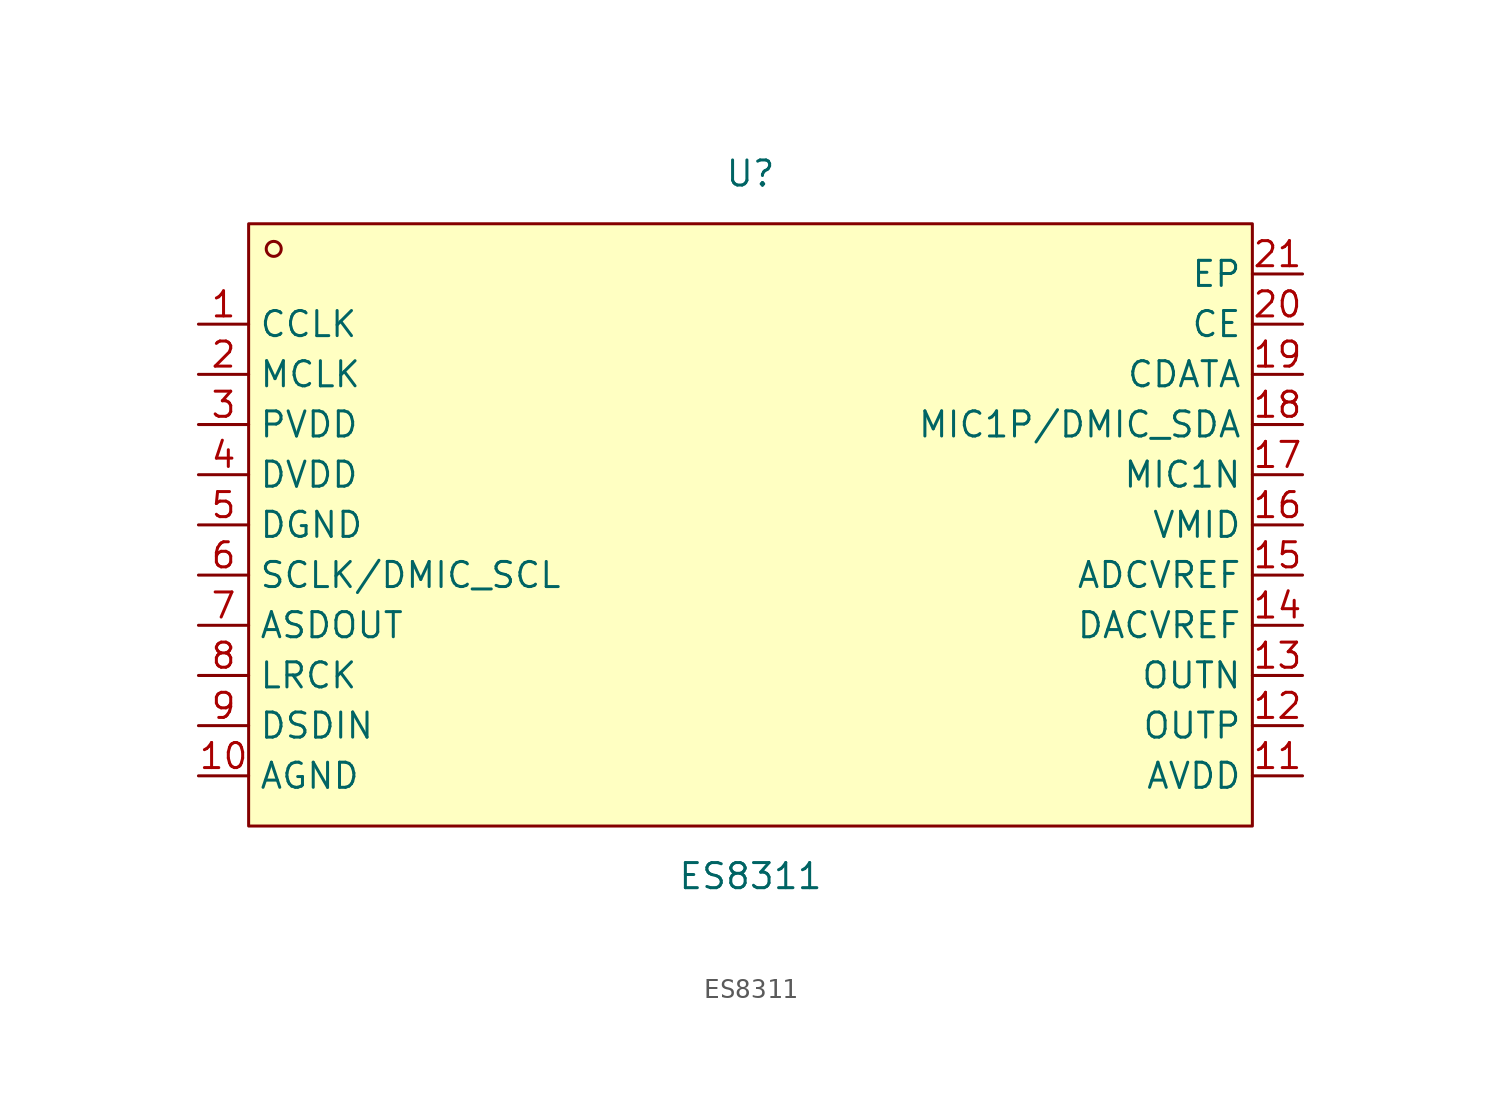
<source format=kicad_sym>
(kicad_symbol_lib
  (version 20211014)
  (generator https://github.com/uPesy/easyeda2kicad.py)
  (symbol "ES8311"
    (property "Reference" "U"
      (at 0 17.78 0)
      (effects (font (size 1.27 1.27))))
    (property "Value" "ES8311"
      (at 0 -17.78 0)
      (effects (font (size 1.27 1.27))))
    (symbol "ES8311_0_1"
      (rectangle (start -25.40 15.24) (end 25.40 -15.24) (stroke (width 0) (type default) (color 0 0 0 0)) (fill (type background)))
      (circle (center -24.13 13.97) (radius 0.38) (stroke (width 0) (type default) (color 0 0 0 0)) (fill (type none)))
      (pin unspecified line (at -27.94 10.16 0) (length 2.54) (name "CCLK" (effects (font (size 1.27 1.27)))) (number "1" (effects (font (size 1.27 1.27)))))
      (pin unspecified line (at -27.94 7.62 0) (length 2.54) (name "MCLK" (effects (font (size 1.27 1.27)))) (number "2" (effects (font (size 1.27 1.27)))))
      (pin unspecified line (at -27.94 5.08 0) (length 2.54) (name "PVDD" (effects (font (size 1.27 1.27)))) (number "3" (effects (font (size 1.27 1.27)))))
      (pin unspecified line (at -27.94 2.54 0) (length 2.54) (name "DVDD" (effects (font (size 1.27 1.27)))) (number "4" (effects (font (size 1.27 1.27)))))
      (pin unspecified line (at -27.94 -0.00 0) (length 2.54) (name "DGND" (effects (font (size 1.27 1.27)))) (number "5" (effects (font (size 1.27 1.27)))))
      (pin unspecified line (at -27.94 -2.54 0) (length 2.54) (name "SCLK/DMIC_SCL" (effects (font (size 1.27 1.27)))) (number "6" (effects (font (size 1.27 1.27)))))
      (pin unspecified line (at -27.94 -5.08 0) (length 2.54) (name "ASDOUT" (effects (font (size 1.27 1.27)))) (number "7" (effects (font (size 1.27 1.27)))))
      (pin unspecified line (at -27.94 -7.62 0) (length 2.54) (name "LRCK" (effects (font (size 1.27 1.27)))) (number "8" (effects (font (size 1.27 1.27)))))
      (pin unspecified line (at -27.94 -10.16 0) (length 2.54) (name "DSDIN" (effects (font (size 1.27 1.27)))) (number "9" (effects (font (size 1.27 1.27)))))
      (pin unspecified line (at -27.94 -12.70 0) (length 2.54) (name "AGND" (effects (font (size 1.27 1.27)))) (number "10" (effects (font (size 1.27 1.27)))))
      (pin unspecified line (at 27.94 -12.70 180) (length 2.54) (name "AVDD" (effects (font (size 1.27 1.27)))) (number "11" (effects (font (size 1.27 1.27)))))
      (pin unspecified line (at 27.94 -10.16 180) (length 2.54) (name "OUTP" (effects (font (size 1.27 1.27)))) (number "12" (effects (font (size 1.27 1.27)))))
      (pin unspecified line (at 27.94 -7.62 180) (length 2.54) (name "OUTN" (effects (font (size 1.27 1.27)))) (number "13" (effects (font (size 1.27 1.27)))))
      (pin unspecified line (at 27.94 -5.08 180) (length 2.54) (name "DACVREF" (effects (font (size 1.27 1.27)))) (number "14" (effects (font (size 1.27 1.27)))))
      (pin unspecified line (at 27.94 -2.54 180) (length 2.54) (name "ADCVREF" (effects (font (size 1.27 1.27)))) (number "15" (effects (font (size 1.27 1.27)))))
      (pin unspecified line (at 27.94 -0.00 180) (length 2.54) (name "VMID" (effects (font (size 1.27 1.27)))) (number "16" (effects (font (size 1.27 1.27)))))
      (pin unspecified line (at 27.94 2.54 180) (length 2.54) (name "MIC1N" (effects (font (size 1.27 1.27)))) (number "17" (effects (font (size 1.27 1.27)))))
      (pin unspecified line (at 27.94 5.08 180) (length 2.54) (name "MIC1P/DMIC_SDA" (effects (font (size 1.27 1.27)))) (number "18" (effects (font (size 1.27 1.27)))))
      (pin unspecified line (at 27.94 7.62 180) (length 2.54) (name "CDATA" (effects (font (size 1.27 1.27)))) (number "19" (effects (font (size 1.27 1.27)))))
      (pin unspecified line (at 27.94 10.16 180) (length 2.54) (name "CE" (effects (font (size 1.27 1.27)))) (number "20" (effects (font (size 1.27 1.27)))))
      (pin unspecified line (at 27.94 12.70 180) (length 2.54) (name "EP" (effects (font (size 1.27 1.27)))) (number "21" (effects (font (size 1.27 1.27))))))))
</source>
